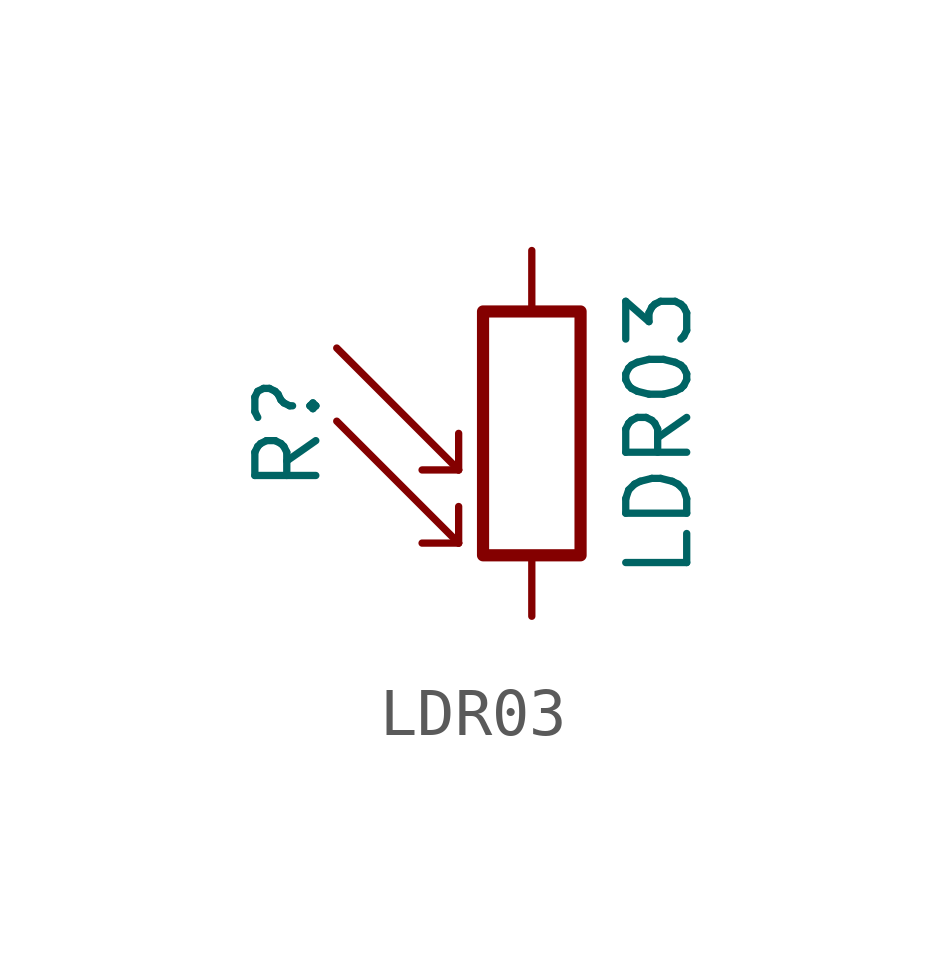
<source format=kicad_sym>
(kicad_symbol_lib
  (version 20201005)
  (generator kicad_symbol_editor)
  (symbol "Sensor_Optical:LDR03"
    (pin_numbers hide)
    (pin_names
      (offset 0))
    (property "Reference" "R"
      (at -5.08 0 90)
      (effects (font (size 1.27 1.27))))
    (property "Value" "LDR03"
      (at 1.905 0 90)
      (effects (font (size 1.27 1.27)) (justify top)))
    (symbol "LDR03_0_1"
      (rectangle (start -1.016 2.54) (end 1.016 -2.54) (stroke (width 0.254)) (fill (type none)))
      (polyline (pts (xy -1.524 -2.286) (xy -4.064 0.254)) (stroke (width 0)) (fill (type none)))
      (polyline (pts (xy -1.524 -2.286) (xy -2.286 -2.286)) (stroke (width 0)) (fill (type none)))
      (polyline (pts (xy -1.524 -2.286) (xy -1.524 -1.524)) (stroke (width 0)) (fill (type none)))
      (polyline (pts (xy -1.524 -0.762) (xy -4.064 1.778)) (stroke (width 0)) (fill (type none)))
      (polyline (pts (xy -1.524 -0.762) (xy -2.286 -0.762)) (stroke (width 0)) (fill (type none)))
      (polyline (pts (xy -1.524 -0.762) (xy -1.524 0)) (stroke (width 0)) (fill (type none))))
    (symbol "LDR03_1_1"
      (pin passive line (at 0 3.81 270) (length 1.27) (name "~" (effects (font (size 1.27 1.27)))) (number "1" (effects (font (size 1.27 1.27)))))
      (pin passive line (at 0 -3.81 90) (length 1.27) (name "~" (effects (font (size 1.27 1.27)))) (number "2" (effects (font (size 1.27 1.27))))))))
</source>
